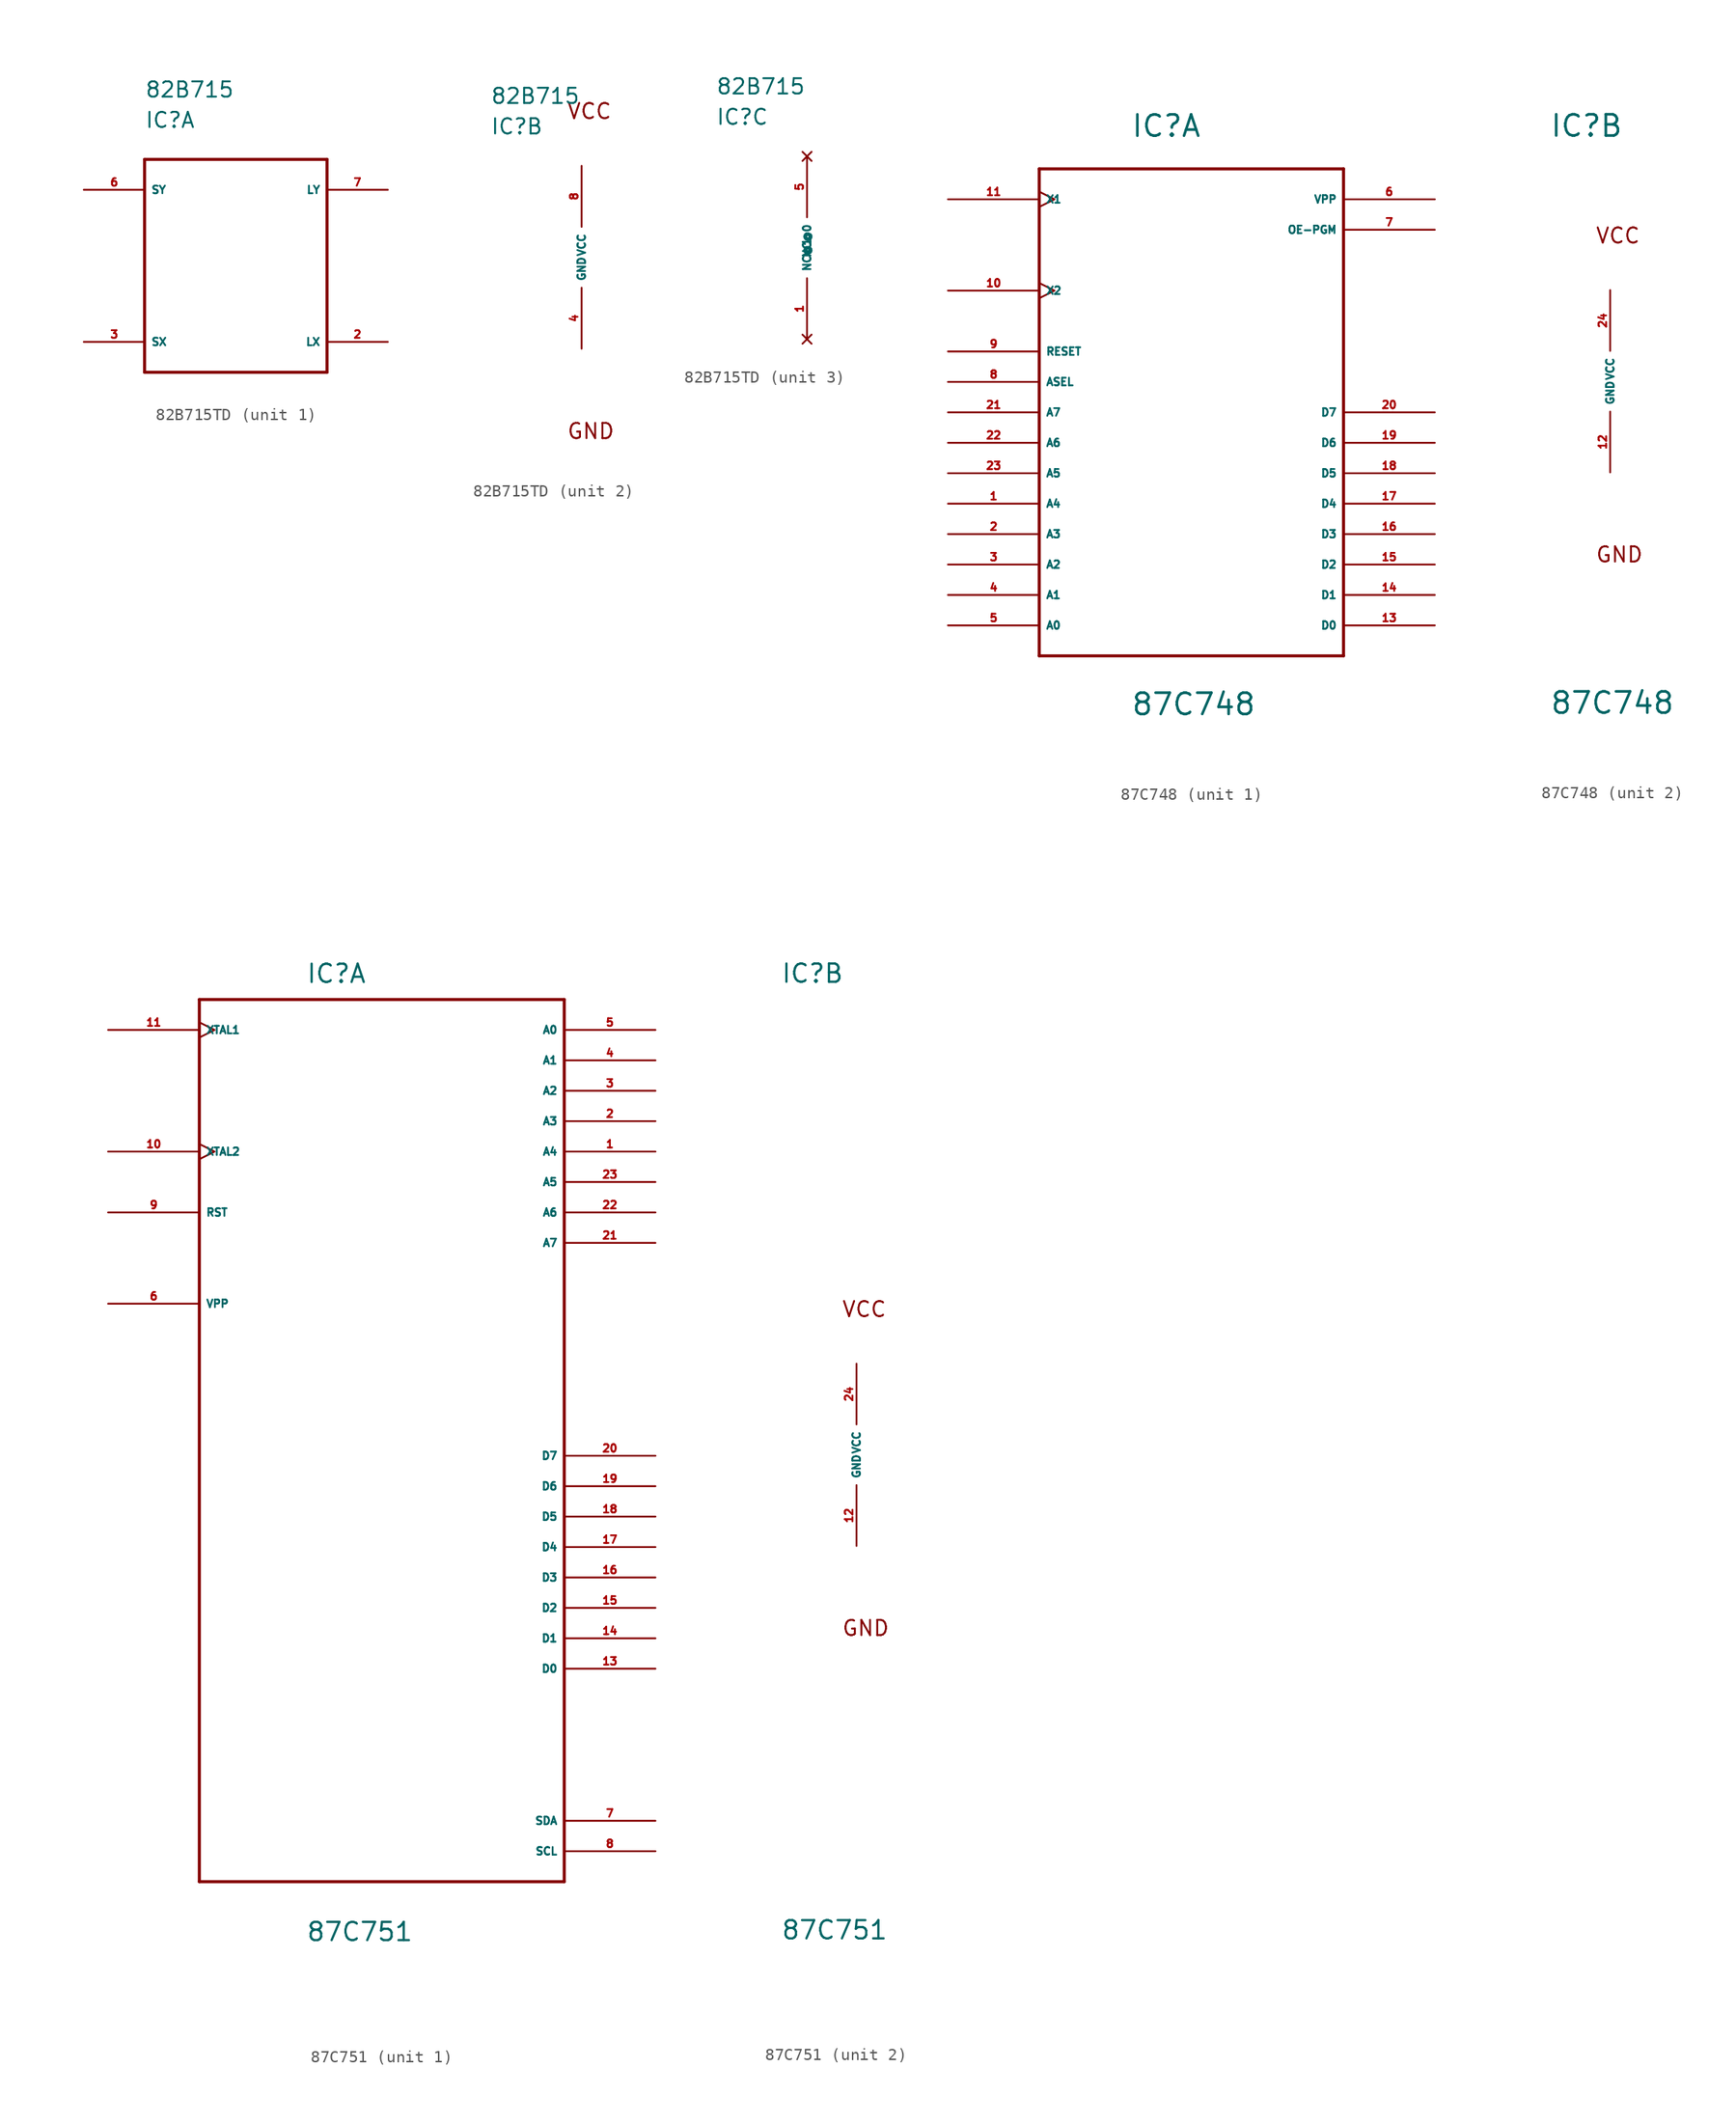
<source format=kicad_sym>
(kicad_symbol_lib
  (version 20220914)
  (generator Eagle2Kicad)
  (symbol "82B715TD"
    (property "Reference" "IC"
      (at -7.62 10.16 0)
      (effects (font (size 1.27 1.27) (thickness 0.16)) (justify left bottom)))
    (property "Value" "82B715"
      (at -7.62 12.7 0)
      (effects (font (size 1.27 1.27) (thickness 0.16)) (justify left bottom)))
    (symbol "82B715TD_1_0"
      (polyline (pts (xy -7.62 7.62) (xy 7.62 7.62)) (stroke (width 0.254) (type default)) (fill (type none)))
      (polyline (pts (xy 7.62 7.62) (xy 7.62 -10.16)) (stroke (width 0.254) (type default)) (fill (type none)))
      (polyline (pts (xy 7.62 -10.16) (xy -7.62 -10.16)) (stroke (width 0.254) (type default)) (fill (type none)))
      (polyline (pts (xy -7.62 -10.16) (xy -7.62 7.62)) (stroke (width 0.254) (type default)) (fill (type none)))
      (pin bidirectional line (at 12.7 -7.62 180) (length 5.08) (name "LX" (effects (font (size 0.635 0.635) (thickness 0.08)) (justify left bottom))) (number "2" (effects (font (size 0.635 0.635) (thickness 0.08)) (justify left bottom))))
      (pin bidirectional line (at 12.7 5.08 180) (length 5.08) (name "LY" (effects (font (size 0.635 0.635) (thickness 0.08)) (justify left bottom))) (number "7" (effects (font (size 0.635 0.635) (thickness 0.08)) (justify left bottom))))
      (pin bidirectional line (at -12.7 -7.62 0) (length 5.08) (name "SX" (effects (font (size 0.635 0.635) (thickness 0.08)) (justify left bottom))) (number "3" (effects (font (size 0.635 0.635) (thickness 0.08)) (justify left bottom))))
      (pin bidirectional line (at -12.7 5.08 0) (length 5.08) (name "SY" (effects (font (size 0.635 0.635) (thickness 0.08)) (justify left bottom))) (number "6" (effects (font (size 0.635 0.635) (thickness 0.08)) (justify left bottom)))))
    (symbol "82B715TD_2_0"
      (text "VCC" (at -1.27 11.43 0) (effects (font (size 1.27 1.27) (thickness 0.16)) (justify left bottom)))
      (text "GND" (at -1.27 -15.24 0) (effects (font (size 1.27 1.27) (thickness 0.16)) (justify left bottom)))
      (pin unspecified line (at 0 7.62 270) (length 5.08) (name "VCC" (effects (font (size 0.635 0.635) (thickness 0.08)) (justify left bottom))) (number "8" (effects (font (size 0.635 0.635) (thickness 0.08)) (justify left bottom))))
      (pin unspecified line (at 0 -7.62 90) (length 5.08) (name "GND" (effects (font (size 0.635 0.635) (thickness 0.08)) (justify left bottom))) (number "4" (effects (font (size 0.635 0.635) (thickness 0.08)) (justify left bottom)))))
    (symbol "82B715TD_3_0"
      (pin no_connect line (at 0 7.62 270) (length 5.08) (name "NC@0" (effects (font (size 0.635 0.635) (thickness 0.08)) (justify left bottom) hide)) (number "5" (effects (font (size 0.635 0.635) (thickness 0.08)) (justify left bottom) hide)))
      (pin no_connect line (at 0 -7.62 90) (length 5.08) (name "NC@1" (effects (font (size 0.635 0.635) (thickness 0.08)) (justify left bottom) hide)) (number "1" (effects (font (size 0.635 0.635) (thickness 0.08)) (justify left bottom) hide)))))
  (symbol "87C748"
    (property "Reference" "IC"
      (at -5.08 20.32 0)
      (effects (font (size 1.778 1.778) (thickness 0.22)) (justify left bottom)))
    (property "Value" "87C748"
      (at -5.08 -27.94 0)
      (effects (font (size 1.778 1.778) (thickness 0.22)) (justify left bottom)))
    (symbol "87C748_1_0"
      (polyline (pts (xy -12.7 17.78) (xy 12.7 17.78)) (stroke (width 0.254) (type default)) (fill (type none)))
      (polyline (pts (xy 12.7 17.78) (xy 12.7 -22.86)) (stroke (width 0.254) (type default)) (fill (type none)))
      (polyline (pts (xy 12.7 -22.86) (xy -12.7 -22.86)) (stroke (width 0.254) (type default)) (fill (type none)))
      (polyline (pts (xy -12.7 -22.86) (xy -12.7 17.78)) (stroke (width 0.254) (type default)) (fill (type none)))
      (pin output line (at -20.32 -20.32 0) (length 7.62) (name "A0" (effects (font (size 0.635 0.635) (thickness 0.08)) (justify left bottom))) (number "5" (effects (font (size 0.635 0.635) (thickness 0.08)) (justify left bottom))))
      (pin output line (at -20.32 -17.78 0) (length 7.62) (name "A1" (effects (font (size 0.635 0.635) (thickness 0.08)) (justify left bottom))) (number "4" (effects (font (size 0.635 0.635) (thickness 0.08)) (justify left bottom))))
      (pin output line (at -20.32 -15.24 0) (length 7.62) (name "A2" (effects (font (size 0.635 0.635) (thickness 0.08)) (justify left bottom))) (number "3" (effects (font (size 0.635 0.635) (thickness 0.08)) (justify left bottom))))
      (pin output line (at -20.32 -12.7 0) (length 7.62) (name "A3" (effects (font (size 0.635 0.635) (thickness 0.08)) (justify left bottom))) (number "2" (effects (font (size 0.635 0.635) (thickness 0.08)) (justify left bottom))))
      (pin output line (at -20.32 -10.16 0) (length 7.62) (name "A4" (effects (font (size 0.635 0.635) (thickness 0.08)) (justify left bottom))) (number "1" (effects (font (size 0.635 0.635) (thickness 0.08)) (justify left bottom))))
      (pin output line (at -20.32 -7.62 0) (length 7.62) (name "A5" (effects (font (size 0.635 0.635) (thickness 0.08)) (justify left bottom))) (number "23" (effects (font (size 0.635 0.635) (thickness 0.08)) (justify left bottom))))
      (pin output line (at -20.32 -5.08 0) (length 7.62) (name "A6" (effects (font (size 0.635 0.635) (thickness 0.08)) (justify left bottom))) (number "22" (effects (font (size 0.635 0.635) (thickness 0.08)) (justify left bottom))))
      (pin output line (at -20.32 -2.54 0) (length 7.62) (name "A7" (effects (font (size 0.635 0.635) (thickness 0.08)) (justify left bottom))) (number "21" (effects (font (size 0.635 0.635) (thickness 0.08)) (justify left bottom))))
      (pin tri_state line (at 20.32 -20.32 180) (length 7.62) (name "D0" (effects (font (size 0.635 0.635) (thickness 0.08)) (justify left bottom))) (number "13" (effects (font (size 0.635 0.635) (thickness 0.08)) (justify left bottom))))
      (pin tri_state line (at 20.32 -17.78 180) (length 7.62) (name "D1" (effects (font (size 0.635 0.635) (thickness 0.08)) (justify left bottom))) (number "14" (effects (font (size 0.635 0.635) (thickness 0.08)) (justify left bottom))))
      (pin tri_state line (at 20.32 -15.24 180) (length 7.62) (name "D2" (effects (font (size 0.635 0.635) (thickness 0.08)) (justify left bottom))) (number "15" (effects (font (size 0.635 0.635) (thickness 0.08)) (justify left bottom))))
      (pin tri_state line (at 20.32 -12.7 180) (length 7.62) (name "D3" (effects (font (size 0.635 0.635) (thickness 0.08)) (justify left bottom))) (number "16" (effects (font (size 0.635 0.635) (thickness 0.08)) (justify left bottom))))
      (pin tri_state line (at 20.32 -10.16 180) (length 7.62) (name "D4" (effects (font (size 0.635 0.635) (thickness 0.08)) (justify left bottom))) (number "17" (effects (font (size 0.635 0.635) (thickness 0.08)) (justify left bottom))))
      (pin tri_state line (at 20.32 -7.62 180) (length 7.62) (name "D5" (effects (font (size 0.635 0.635) (thickness 0.08)) (justify left bottom))) (number "18" (effects (font (size 0.635 0.635) (thickness 0.08)) (justify left bottom))))
      (pin tri_state line (at 20.32 -5.08 180) (length 7.62) (name "D6" (effects (font (size 0.635 0.635) (thickness 0.08)) (justify left bottom))) (number "19" (effects (font (size 0.635 0.635) (thickness 0.08)) (justify left bottom))))
      (pin tri_state line (at 20.32 -2.54 180) (length 7.62) (name "D7" (effects (font (size 0.635 0.635) (thickness 0.08)) (justify left bottom))) (number "20" (effects (font (size 0.635 0.635) (thickness 0.08)) (justify left bottom))))
      (pin input clock (at -20.32 15.24 0) (length 7.62) (name "X1" (effects (font (size 0.635 0.635) (thickness 0.08)) (justify left bottom))) (number "11" (effects (font (size 0.635 0.635) (thickness 0.08)) (justify left bottom))))
      (pin input clock (at -20.32 7.62 0) (length 7.62) (name "X2" (effects (font (size 0.635 0.635) (thickness 0.08)) (justify left bottom))) (number "10" (effects (font (size 0.635 0.635) (thickness 0.08)) (justify left bottom))))
      (pin unspecified line (at 20.32 15.24 180) (length 7.62) (name "VPP" (effects (font (size 0.635 0.635) (thickness 0.08)) (justify left bottom))) (number "6" (effects (font (size 0.635 0.635) (thickness 0.08)) (justify left bottom))))
      (pin input line (at -20.32 2.54 0) (length 7.62) (name "RESET" (effects (font (size 0.635 0.635) (thickness 0.08)) (justify left bottom))) (number "9" (effects (font (size 0.635 0.635) (thickness 0.08)) (justify left bottom))))
      (pin output line (at -20.32 0 0) (length 7.62) (name "ASEL" (effects (font (size 0.635 0.635) (thickness 0.08)) (justify left bottom))) (number "8" (effects (font (size 0.635 0.635) (thickness 0.08)) (justify left bottom))))
      (pin input line (at 20.32 12.7 180) (length 7.62) (name "OE-PGM" (effects (font (size 0.635 0.635) (thickness 0.08)) (justify left bottom))) (number "7" (effects (font (size 0.635 0.635) (thickness 0.08)) (justify left bottom)))))
    (symbol "87C748_2_0"
      (text "VCC" (at -1.27 11.43 0) (effects (font (size 1.27 1.27) (thickness 0.16)) (justify left bottom)))
      (text "GND" (at -1.27 -15.24 0) (effects (font (size 1.27 1.27) (thickness 0.16)) (justify left bottom)))
      (pin unspecified line (at 0 7.62 270) (length 5.08) (name "VCC" (effects (font (size 0.635 0.635) (thickness 0.08)) (justify left bottom))) (number "24" (effects (font (size 0.635 0.635) (thickness 0.08)) (justify left bottom))))
      (pin unspecified line (at 0 -7.62 90) (length 5.08) (name "GND" (effects (font (size 0.635 0.635) (thickness 0.08)) (justify left bottom))) (number "12" (effects (font (size 0.635 0.635) (thickness 0.08)) (justify left bottom))))))
  (symbol "87C751"
    (property "Reference" "IC"
      (at -6.35 39.37 0)
      (effects (font (size 1.524 1.524) (thickness 0.19)) (justify left bottom)))
    (property "Value" "87C751"
      (at -6.35 -40.64 0)
      (effects (font (size 1.524 1.524) (thickness 0.19)) (justify left bottom)))
    (symbol "87C751_1_0"
      (polyline (pts (xy -15.24 38.1) (xy 15.24 38.1)) (stroke (width 0.254) (type default)) (fill (type none)))
      (polyline (pts (xy 15.24 38.1) (xy 15.24 -35.56)) (stroke (width 0.254) (type default)) (fill (type none)))
      (polyline (pts (xy 15.24 -35.56) (xy -15.24 -35.56)) (stroke (width 0.254) (type default)) (fill (type none)))
      (polyline (pts (xy -15.24 -35.56) (xy -15.24 38.1)) (stroke (width 0.254) (type default)) (fill (type none)))
      (pin input clock (at -22.86 35.56 0) (length 7.62) (name "XTAL1" (effects (font (size 0.635 0.635) (thickness 0.08)) (justify left bottom))) (number "11" (effects (font (size 0.635 0.635) (thickness 0.08)) (justify left bottom))))
      (pin input clock (at -22.86 25.4 0) (length 7.62) (name "XTAL2" (effects (font (size 0.635 0.635) (thickness 0.08)) (justify left bottom))) (number "10" (effects (font (size 0.635 0.635) (thickness 0.08)) (justify left bottom))))
      (pin input line (at -22.86 20.32 0) (length 7.62) (name "RST" (effects (font (size 0.635 0.635) (thickness 0.08)) (justify left bottom))) (number "9" (effects (font (size 0.635 0.635) (thickness 0.08)) (justify left bottom))))
      (pin bidirectional line (at 22.86 -17.78 180) (length 7.62) (name "D0" (effects (font (size 0.635 0.635) (thickness 0.08)) (justify left bottom))) (number "13" (effects (font (size 0.635 0.635) (thickness 0.08)) (justify left bottom))))
      (pin bidirectional line (at 22.86 -15.24 180) (length 7.62) (name "D1" (effects (font (size 0.635 0.635) (thickness 0.08)) (justify left bottom))) (number "14" (effects (font (size 0.635 0.635) (thickness 0.08)) (justify left bottom))))
      (pin bidirectional line (at 22.86 -12.7 180) (length 7.62) (name "D2" (effects (font (size 0.635 0.635) (thickness 0.08)) (justify left bottom))) (number "15" (effects (font (size 0.635 0.635) (thickness 0.08)) (justify left bottom))))
      (pin bidirectional line (at 22.86 -10.16 180) (length 7.62) (name "D3" (effects (font (size 0.635 0.635) (thickness 0.08)) (justify left bottom))) (number "16" (effects (font (size 0.635 0.635) (thickness 0.08)) (justify left bottom))))
      (pin bidirectional line (at 22.86 -7.62 180) (length 7.62) (name "D4" (effects (font (size 0.635 0.635) (thickness 0.08)) (justify left bottom))) (number "17" (effects (font (size 0.635 0.635) (thickness 0.08)) (justify left bottom))))
      (pin bidirectional line (at 22.86 -5.08 180) (length 7.62) (name "D5" (effects (font (size 0.635 0.635) (thickness 0.08)) (justify left bottom))) (number "18" (effects (font (size 0.635 0.635) (thickness 0.08)) (justify left bottom))))
      (pin bidirectional line (at 22.86 -2.54 180) (length 7.62) (name "D6" (effects (font (size 0.635 0.635) (thickness 0.08)) (justify left bottom))) (number "19" (effects (font (size 0.635 0.635) (thickness 0.08)) (justify left bottom))))
      (pin bidirectional line (at 22.86 0 180) (length 7.62) (name "D7" (effects (font (size 0.635 0.635) (thickness 0.08)) (justify left bottom))) (number "20" (effects (font (size 0.635 0.635) (thickness 0.08)) (justify left bottom))))
      (pin bidirectional line (at 22.86 35.56 180) (length 7.62) (name "A0" (effects (font (size 0.635 0.635) (thickness 0.08)) (justify left bottom))) (number "5" (effects (font (size 0.635 0.635) (thickness 0.08)) (justify left bottom))))
      (pin bidirectional line (at 22.86 33.02 180) (length 7.62) (name "A1" (effects (font (size 0.635 0.635) (thickness 0.08)) (justify left bottom))) (number "4" (effects (font (size 0.635 0.635) (thickness 0.08)) (justify left bottom))))
      (pin bidirectional line (at 22.86 30.48 180) (length 7.62) (name "A2" (effects (font (size 0.635 0.635) (thickness 0.08)) (justify left bottom))) (number "3" (effects (font (size 0.635 0.635) (thickness 0.08)) (justify left bottom))))
      (pin bidirectional line (at 22.86 27.94 180) (length 7.62) (name "A3" (effects (font (size 0.635 0.635) (thickness 0.08)) (justify left bottom))) (number "2" (effects (font (size 0.635 0.635) (thickness 0.08)) (justify left bottom))))
      (pin bidirectional line (at 22.86 25.4 180) (length 7.62) (name "A4" (effects (font (size 0.635 0.635) (thickness 0.08)) (justify left bottom))) (number "1" (effects (font (size 0.635 0.635) (thickness 0.08)) (justify left bottom))))
      (pin bidirectional line (at 22.86 22.86 180) (length 7.62) (name "A5" (effects (font (size 0.635 0.635) (thickness 0.08)) (justify left bottom))) (number "23" (effects (font (size 0.635 0.635) (thickness 0.08)) (justify left bottom))))
      (pin bidirectional line (at 22.86 20.32 180) (length 7.62) (name "A6" (effects (font (size 0.635 0.635) (thickness 0.08)) (justify left bottom))) (number "22" (effects (font (size 0.635 0.635) (thickness 0.08)) (justify left bottom))))
      (pin bidirectional line (at 22.86 17.78 180) (length 7.62) (name "A7" (effects (font (size 0.635 0.635) (thickness 0.08)) (justify left bottom))) (number "21" (effects (font (size 0.635 0.635) (thickness 0.08)) (justify left bottom))))
      (pin bidirectional line (at 22.86 -30.48 180) (length 7.62) (name "SDA" (effects (font (size 0.635 0.635) (thickness 0.08)) (justify left bottom))) (number "7" (effects (font (size 0.635 0.635) (thickness 0.08)) (justify left bottom))))
      (pin bidirectional line (at 22.86 -33.02 180) (length 7.62) (name "SCL" (effects (font (size 0.635 0.635) (thickness 0.08)) (justify left bottom))) (number "8" (effects (font (size 0.635 0.635) (thickness 0.08)) (justify left bottom))))
      (pin unspecified line (at -22.86 12.7 0) (length 7.62) (name "VPP" (effects (font (size 0.635 0.635) (thickness 0.08)) (justify left bottom))) (number "6" (effects (font (size 0.635 0.635) (thickness 0.08)) (justify left bottom)))))
    (symbol "87C751_2_0"
      (text "VCC" (at -1.27 11.43 0) (effects (font (size 1.27 1.27) (thickness 0.16)) (justify left bottom)))
      (text "GND" (at -1.27 -15.24 0) (effects (font (size 1.27 1.27) (thickness 0.16)) (justify left bottom)))
      (pin unspecified line (at 0 7.62 270) (length 5.08) (name "VCC" (effects (font (size 0.635 0.635) (thickness 0.08)) (justify left bottom))) (number "24" (effects (font (size 0.635 0.635) (thickness 0.08)) (justify left bottom))))
      (pin unspecified line (at 0 -7.62 90) (length 5.08) (name "GND" (effects (font (size 0.635 0.635) (thickness 0.08)) (justify left bottom))) (number "12" (effects (font (size 0.635 0.635) (thickness 0.08)) (justify left bottom)))))))
</source>
